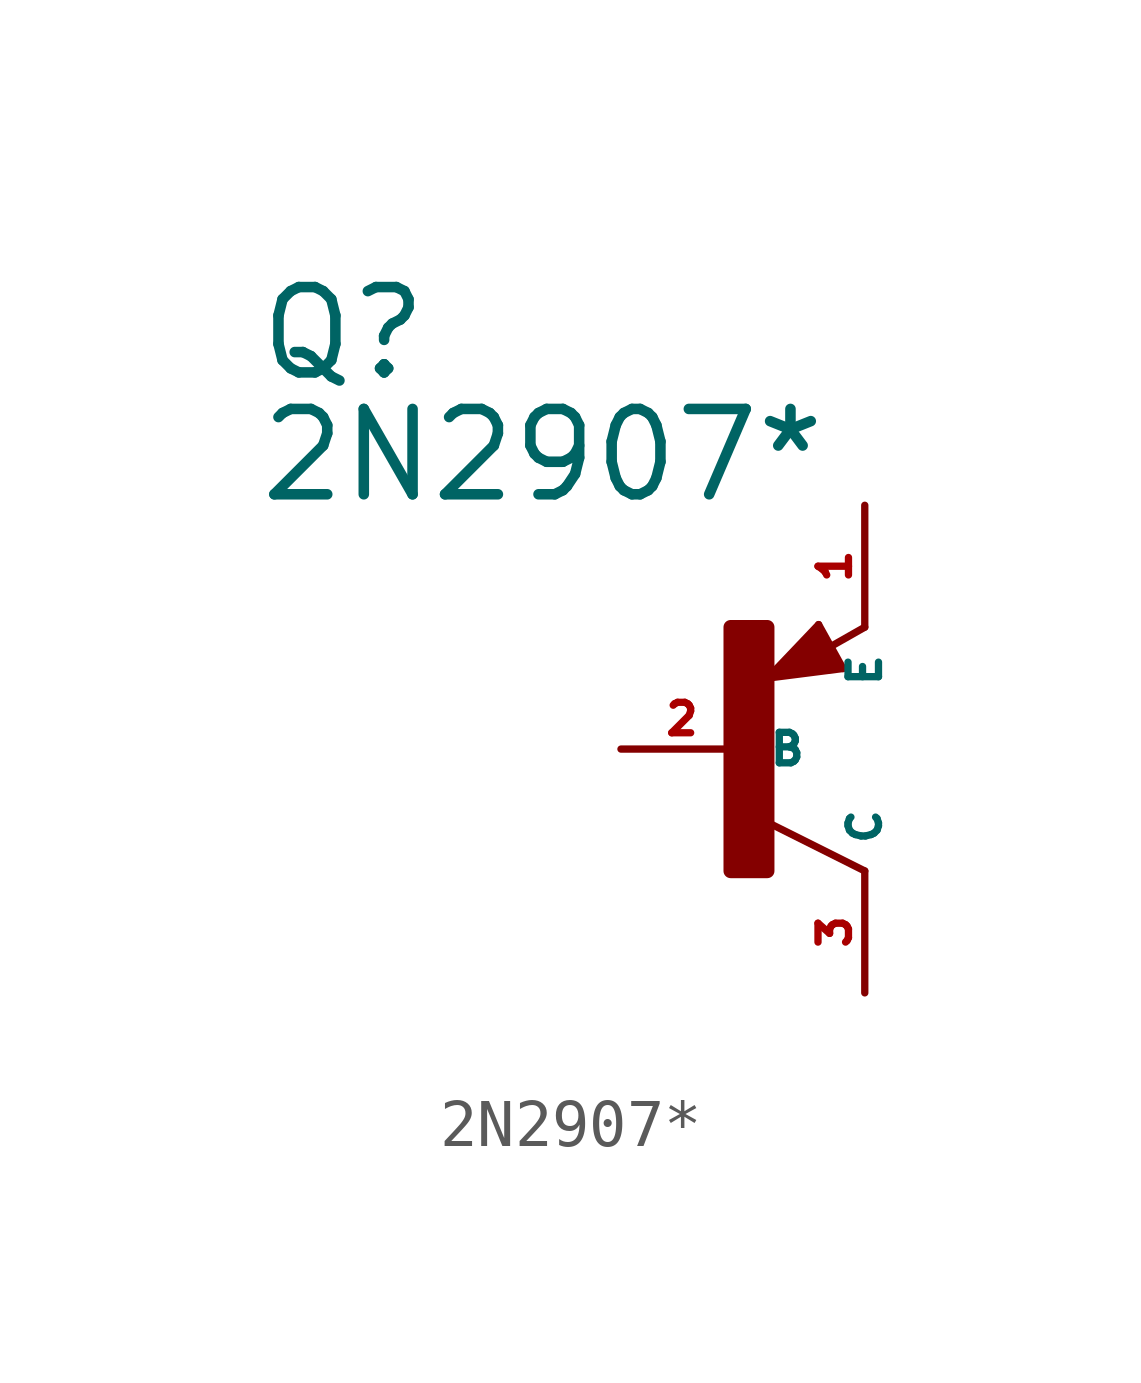
<source format=kicad_sym>
(kicad_symbol_lib
  (version 20220914)
  (generator Eagle2Kicad)
  (symbol "2N2907*"
    (property "Reference" "Q"
      (at -10.16 7.62 0)
      (effects (font (size 1.778 1.778) (thickness 0.22)) (justify left bottom)))
    (property "Value" "2N2907*"
      (at -10.16 5.08 0)
      (effects (font (size 1.778 1.778) (thickness 0.22)) (justify left bottom)))
    (polyline
      (pts (xy 2.086 1.678) (xy 1.578 2.594))
      (stroke (width 0.152) (type default))
      (fill (type none)))
    (polyline
      (pts (xy 1.578 2.594) (xy 0.516 1.478))
      (stroke (width 0.152) (type default))
      (fill (type none)))
    (polyline
      (pts (xy 0.516 1.478) (xy 2.086 1.678))
      (stroke (width 0.152) (type default))
      (fill (type none)))
    (polyline
      (pts (xy 2.54 2.54) (xy 1.808 2.124))
      (stroke (width 0.152) (type default))
      (fill (type none)))
    (polyline
      (pts (xy 2.54 -2.54) (xy 0.508 -1.524))
      (stroke (width 0.152) (type default))
      (fill (type none)))
    (polyline
      (pts (xy 1.905 1.778) (xy 1.524 2.413))
      (stroke (width 0.254) (type default))
      (fill (type none)))
    (polyline
      (pts (xy 1.524 2.413) (xy 0.762 1.651))
      (stroke (width 0.254) (type default))
      (fill (type none)))
    (polyline
      (pts (xy 0.762 1.651) (xy 1.778 1.778))
      (stroke (width 0.254) (type default))
      (fill (type none)))
    (polyline
      (pts (xy 1.778 1.778) (xy 1.524 2.159))
      (stroke (width 0.254) (type default))
      (fill (type none)))
    (polyline
      (pts (xy 1.524 2.159) (xy 1.143 1.905))
      (stroke (width 0.254) (type default))
      (fill (type none)))
    (polyline
      (pts (xy 1.143 1.905) (xy 1.524 1.905))
      (stroke (width 0.254) (type default))
      (fill (type none)))
    (rectangle
      (start -0.254 -2.54)
      (end 0.508 2.54)
      (stroke (width 0.3) (type default))
      (fill (type outline)))
    (pin passive line
      (at -2.54 0 0)
      (length 2.54)
      (name "B" (effects (font (size 0.635 0.635) (thickness 0.08)) (justify left bottom)))
      (number "2" (effects (font (size 0.635 0.635) (thickness 0.08)) (justify left bottom))))
    (pin passive line
      (at 2.54 5.08 270)
      (length 2.54)
      (name "E" (effects (font (size 0.635 0.635) (thickness 0.08)) (justify left bottom)))
      (number "1" (effects (font (size 0.635 0.635) (thickness 0.08)) (justify left bottom))))
    (pin passive line
      (at 2.54 -5.08 90)
      (length 2.54)
      (name "C" (effects (font (size 0.635 0.635) (thickness 0.08)) (justify left bottom)))
      (number "3" (effects (font (size 0.635 0.635) (thickness 0.08)) (justify left bottom))))))
</source>
